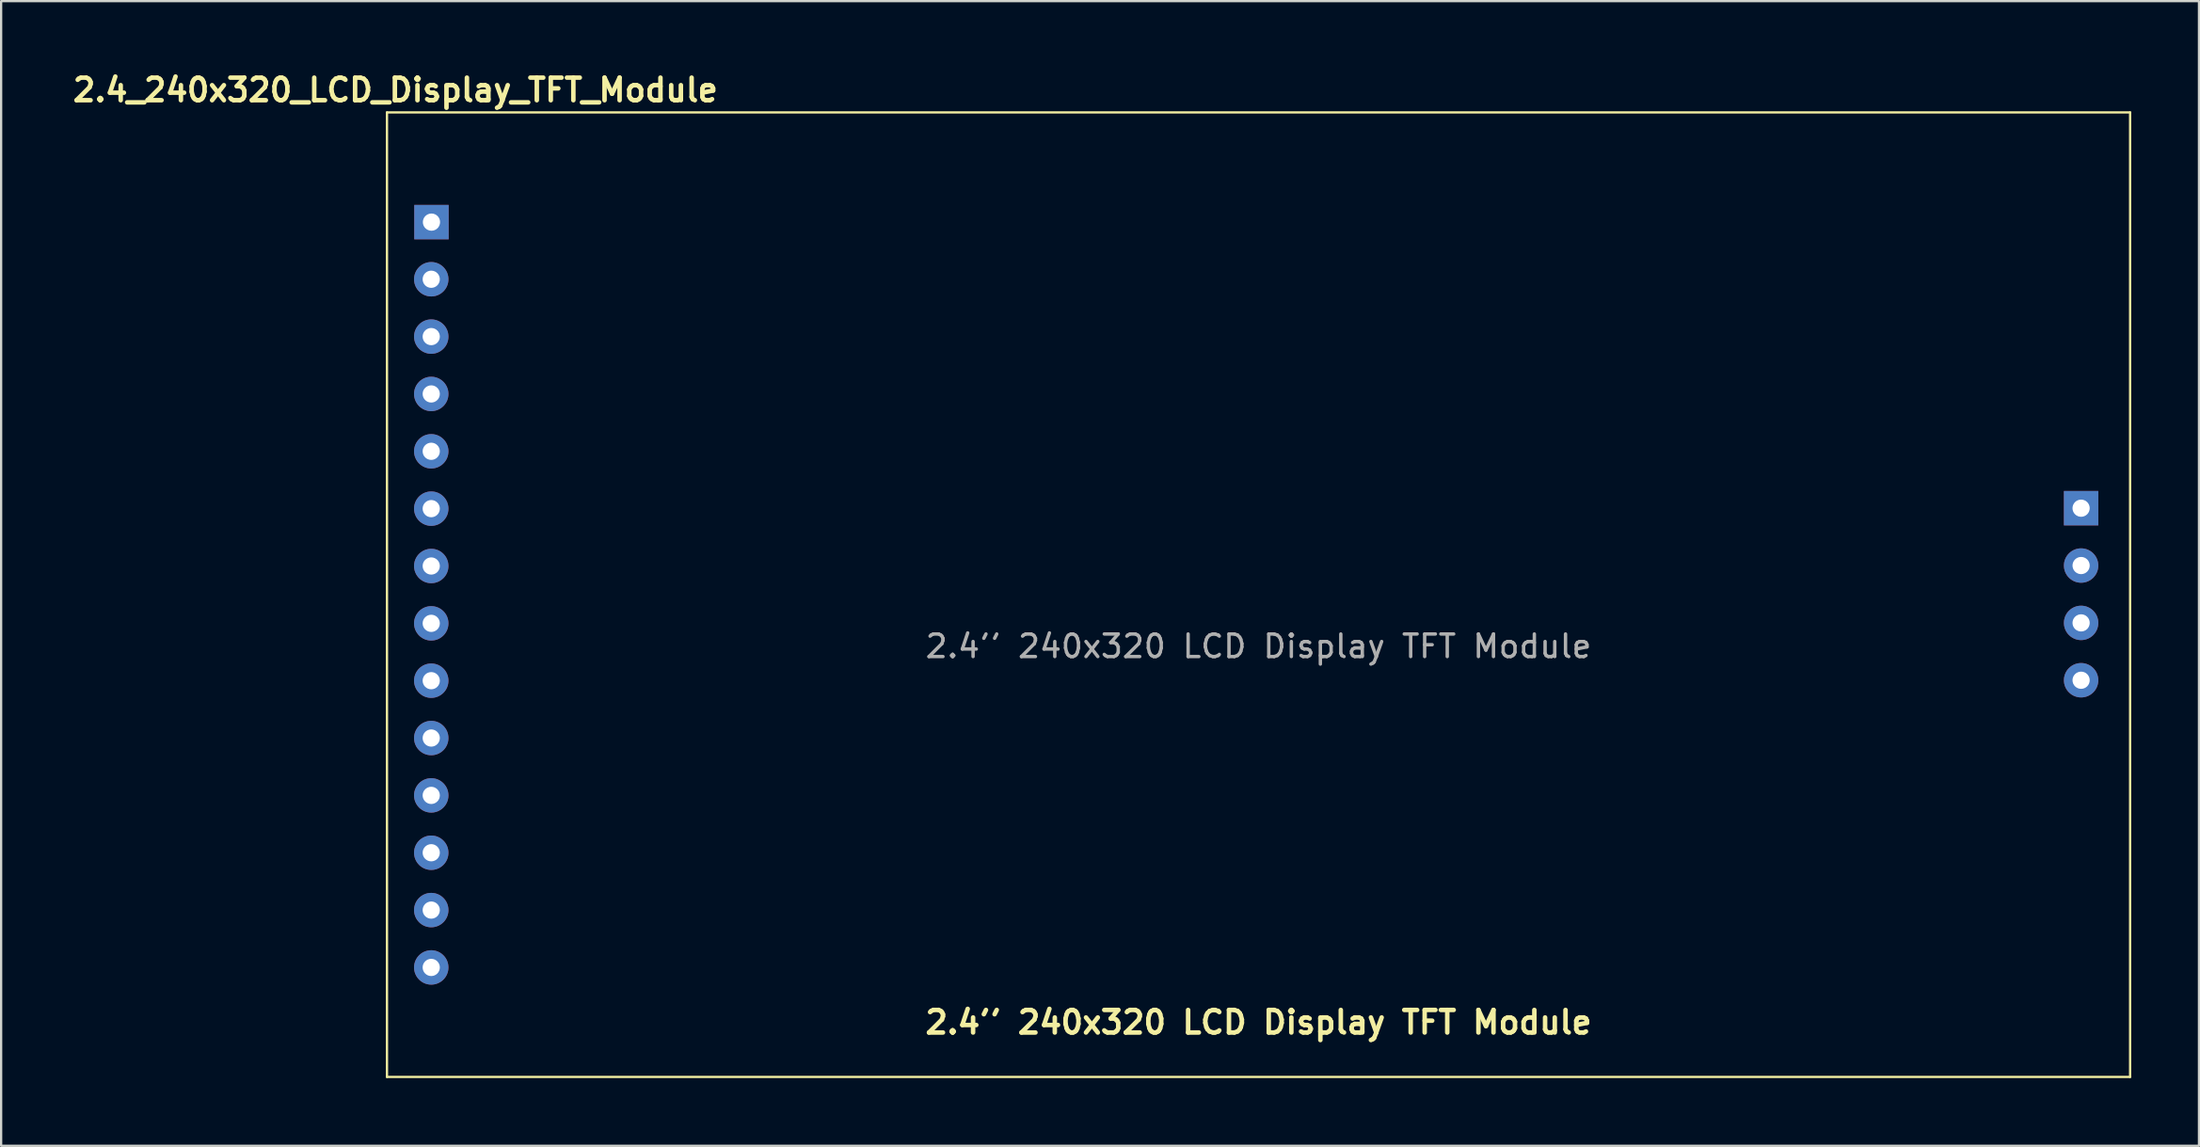
<source format=kicad_pcb>
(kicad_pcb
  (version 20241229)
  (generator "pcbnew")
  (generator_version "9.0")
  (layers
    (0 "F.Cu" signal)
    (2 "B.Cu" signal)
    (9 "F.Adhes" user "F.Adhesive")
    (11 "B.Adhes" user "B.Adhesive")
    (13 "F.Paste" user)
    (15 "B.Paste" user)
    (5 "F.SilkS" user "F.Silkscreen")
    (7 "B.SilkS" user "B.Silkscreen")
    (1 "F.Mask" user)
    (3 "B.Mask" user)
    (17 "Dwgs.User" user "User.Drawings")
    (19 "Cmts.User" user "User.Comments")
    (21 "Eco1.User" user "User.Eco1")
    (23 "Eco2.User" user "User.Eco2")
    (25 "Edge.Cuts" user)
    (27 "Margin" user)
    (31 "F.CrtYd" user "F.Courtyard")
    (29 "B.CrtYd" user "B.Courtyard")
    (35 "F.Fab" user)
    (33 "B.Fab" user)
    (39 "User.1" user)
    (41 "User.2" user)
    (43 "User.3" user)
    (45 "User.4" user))
  (footprint "2.4_240x320_LCD_Display_TFT_Module"
    (layer "F.Cu")
    (at 52.689 23.288)
    (property "Reference" "2.4_240x320_LCD_Display_TFT_Module" (at -38.227 -22.352 0) (unlocked yes) (layer "F.SilkS") (effects (font (size 1 1) (thickness 0.2) (bold yes))))
    (attr through_hole)
    (fp_line (start -38.6 -21.36) (end 38.6 -21.36) (stroke (width 0.1) (type default)) (layer "F.SilkS"))
    (fp_line (start -38.6 21.36) (end -38.6 -21.36) (stroke (width 0.1) (type default)) (layer "F.SilkS"))
    (fp_line (start 38.6 -21.36) (end 38.6 21.36) (stroke (width 0.1) (type default)) (layer "F.SilkS"))
    (fp_line (start 38.6 21.36) (end -38.6 21.36) (stroke (width 0.1) (type default)) (layer "F.SilkS"))
    (fp_text user "2.4'' 240x320 LCD Display TFT Module" (at 0 18.94 0) (unlocked yes) (layer "F.SilkS") (effects (font (size 1 1) (thickness 0.2) (bold yes))))
    (fp_text user "2.4'' 240x320 LCD Display TFT Module" (at 0 2.286 0) (unlocked yes) (layer "F.Fab") (effects (font (size 1 1) (thickness 0.15))))
    (pad "1" thru_hole rect (at -36.63 -16.5) (size 1.524 1.524) (drill 0.762) (layers "*.Cu" "*.Mask"))
    (pad "2" thru_hole circle (at -36.64 -13.97) (size 1.524 1.524) (drill 0.762) (layers "*.Cu" "*.Mask"))
    (pad "3" thru_hole circle (at -36.64 -11.43) (size 1.524 1.524) (drill 0.762) (layers "*.Cu" "*.Mask"))
    (pad "4" thru_hole circle (at -36.64 -8.89) (size 1.524 1.524) (drill 0.762) (layers "*.Cu" "*.Mask"))
    (pad "5" thru_hole circle (at -36.64 -6.35) (size 1.524 1.524) (drill 0.762) (layers "*.Cu" "*.Mask"))
    (pad "6" thru_hole circle (at -36.64 -3.81) (size 1.524 1.524) (drill 0.762) (layers "*.Cu" "*.Mask"))
    (pad "7" thru_hole circle (at -36.64 -1.27) (size 1.524 1.524) (drill 0.762) (layers "*.Cu" "*.Mask"))
    (pad "8" thru_hole circle (at -36.64 1.27) (size 1.524 1.524) (drill 0.762) (layers "*.Cu" "*.Mask"))
    (pad "9" thru_hole circle (at -36.64 3.81) (size 1.524 1.524) (drill 0.762) (layers "*.Cu" "*.Mask"))
    (pad "10" thru_hole circle (at -36.64 6.35) (size 1.524 1.524) (drill 0.762) (layers "*.Cu" "*.Mask"))
    (pad "11" thru_hole circle (at -36.64 8.89) (size 1.524 1.524) (drill 0.762) (layers "*.Cu" "*.Mask"))
    (pad "12" thru_hole circle (at -36.64 11.43) (size 1.524 1.524) (drill 0.762) (layers "*.Cu" "*.Mask"))
    (pad "13" thru_hole circle (at -36.64 13.97) (size 1.524 1.524) (drill 0.762) (layers "*.Cu" "*.Mask"))
    (pad "14" thru_hole circle (at -36.64 16.51) (size 1.524 1.524) (drill 0.762) (layers "*.Cu" "*.Mask"))
    (pad "15" thru_hole circle (at 36.43 3.79) (size 1.524 1.524) (drill 0.762) (layers "*.Cu" "*.Mask"))
    (pad "16" thru_hole circle (at 36.43 1.25) (size 1.524 1.524) (drill 0.762) (layers "*.Cu" "*.Mask"))
    (pad "17" thru_hole circle (at 36.43 -1.29) (size 1.524 1.524) (drill 0.762) (layers "*.Cu" "*.Mask"))
    (pad "18" thru_hole rect (at 36.43 -3.83) (size 1.524 1.524) (drill 0.762) (layers "*.Cu" "*.Mask"))
    (zone (net_name "") (layer "F.SilkS") (hatch edge 0.5) (connect_pads) (min_thickness 0.25) (filled_areas_thickness no) (keepout (tracks allowed) (vias allowed) (pads allowed) (copperpour allowed) (footprints allowed)) (placement (enabled no)) (fill) (polygon (pts (xy 14.089 13.128) (xy 14.089 12.953) (xy 14.089 12.778) (xy 14.089 12.428) (xy 14.089 11.728) (xy 14.089 10.328) (xy 14.089 7.528) (xy 14.089 1.928) (xy 91.289 1.928) (xy 91.289 44.648) (xy 14.089 44.648)))))
  (gr_rect
    (start -3 -3)
    (end 94.339 47.698)
    (stroke (width 0.1) (type default))
    (fill no)
    (layer "Edge.Cuts")))
</source>
